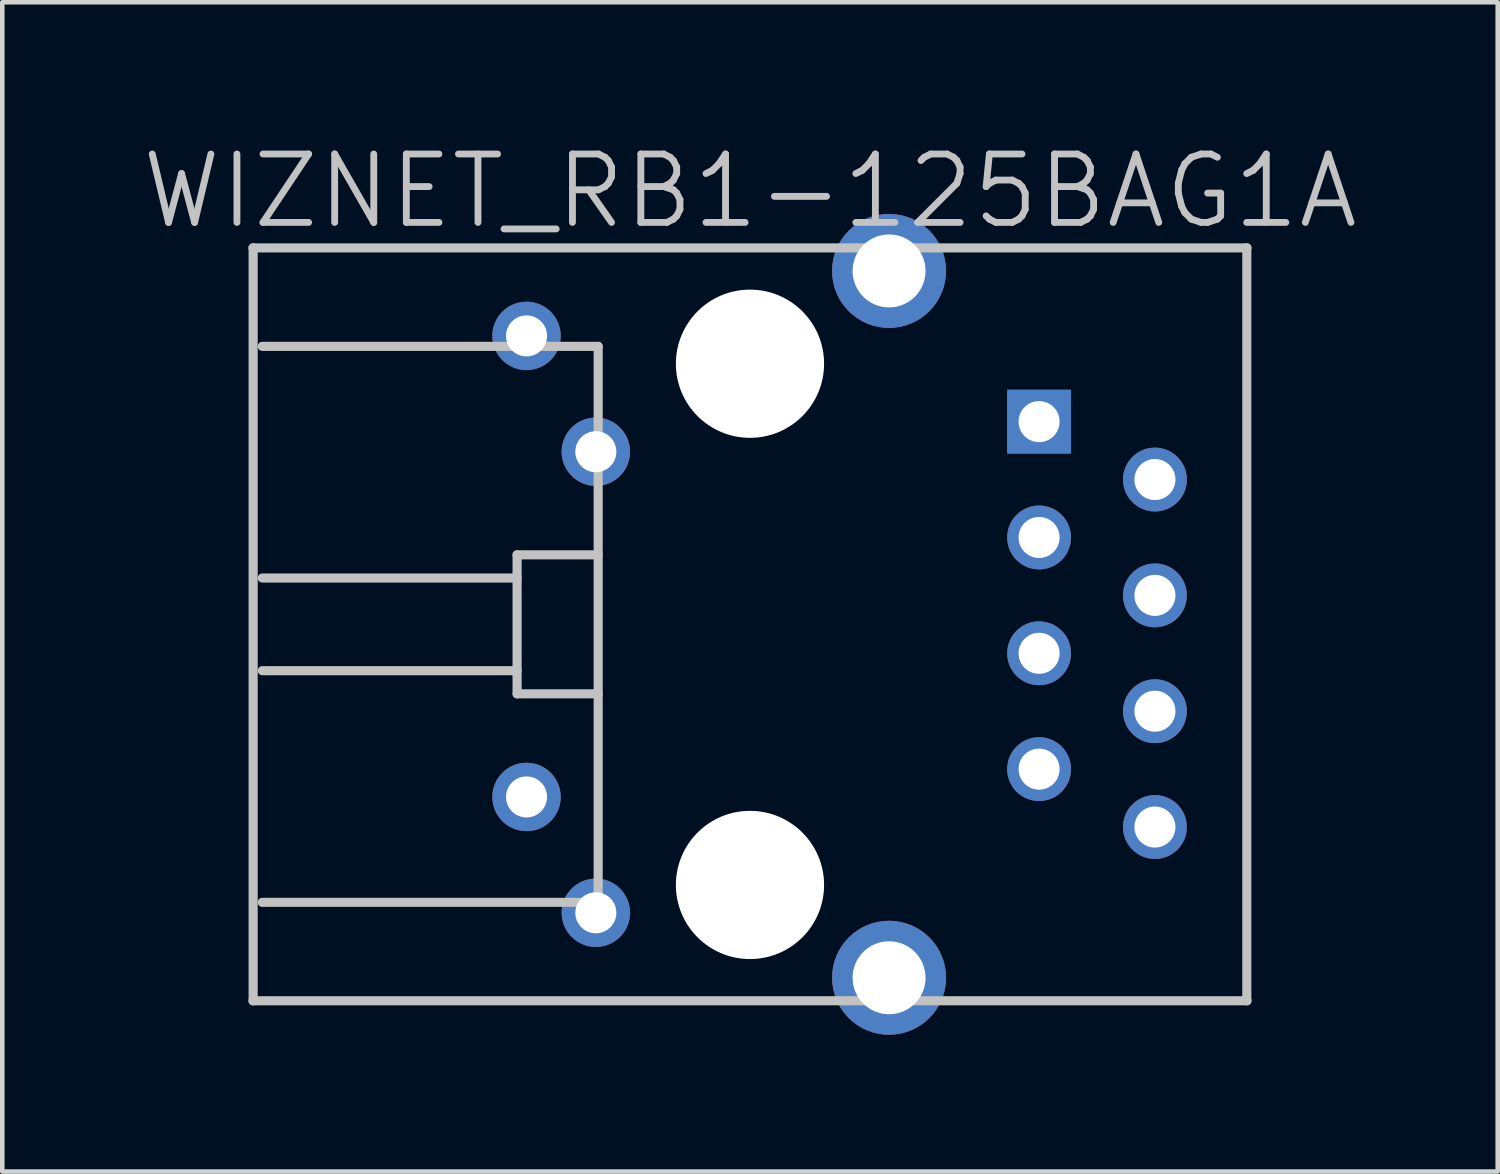
<source format=kicad_pcb>
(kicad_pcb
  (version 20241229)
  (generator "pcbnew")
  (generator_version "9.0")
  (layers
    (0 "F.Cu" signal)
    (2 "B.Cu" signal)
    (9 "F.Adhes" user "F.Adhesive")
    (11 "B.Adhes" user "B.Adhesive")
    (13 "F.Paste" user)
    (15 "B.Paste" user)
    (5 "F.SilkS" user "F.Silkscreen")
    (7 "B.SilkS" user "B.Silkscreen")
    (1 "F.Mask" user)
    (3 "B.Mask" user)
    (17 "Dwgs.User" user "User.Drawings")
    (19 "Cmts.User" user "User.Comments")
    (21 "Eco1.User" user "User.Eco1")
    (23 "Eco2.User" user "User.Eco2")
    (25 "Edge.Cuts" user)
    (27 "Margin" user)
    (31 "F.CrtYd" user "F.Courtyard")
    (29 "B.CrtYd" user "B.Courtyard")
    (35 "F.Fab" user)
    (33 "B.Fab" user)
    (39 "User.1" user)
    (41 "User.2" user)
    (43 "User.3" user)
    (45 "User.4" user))
  (footprint "WIZNET_RB1-125BAG1A"
    (layer "F.Cu")
    (at 13.396 10.641)
    (property "Reference" "WIZNET_RB1-125BAG1A" (at 0 -9.5 180) (layer "Dwgs.User") (effects (font (size 1.5 1.5) (thickness 0.15))))
    (attr through_hole)
    (fp_line (start -10.9 -8.255) (end 10.9 -8.255) (stroke (width 0.2) (type solid)) (layer "Dwgs.User"))
    (fp_line (start -10.895 -8.255) (end -10.895 8.255) (stroke (width 0.2) (type solid)) (layer "Dwgs.User"))
    (fp_line (start -10.695 -1.016) (end -5.107 -1.016) (stroke (width 0.2) (type solid)) (layer "Dwgs.User"))
    (fp_line (start -5.107 -1.524) (end -3.329 -1.524) (stroke (width 0.2) (type solid)) (layer "Dwgs.User"))
    (fp_line (start -5.107 1.016) (end -10.695 1.016) (stroke (width 0.2) (type solid)) (layer "Dwgs.User"))
    (fp_line (start -5.107 1.524) (end -5.107 -1.524) (stroke (width 0.2) (type solid)) (layer "Dwgs.User"))
    (fp_line (start -3.329 -6.096) (end -10.695 -6.096) (stroke (width 0.2) (type solid)) (layer "Dwgs.User"))
    (fp_line (start -3.329 -6.096) (end -3.329 6.096) (stroke (width 0.2) (type solid)) (layer "Dwgs.User"))
    (fp_line (start -3.329 1.524) (end -5.107 1.524) (stroke (width 0.2) (type solid)) (layer "Dwgs.User"))
    (fp_line (start -3.329 6.096) (end -10.695 6.096) (stroke (width 0.2) (type solid)) (layer "Dwgs.User"))
    (fp_line (start 10.895 -8.255) (end 10.895 8.255) (stroke (width 0.2) (type solid)) (layer "Dwgs.User"))
    (fp_line (start 10.9 8.255) (end -10.9 8.255) (stroke (width 0.2) (type solid)) (layer "Dwgs.User"))
    (pad "" np_thru_hole circle (at 0 -5.715 270) (size 3.25 3.25) (drill 3.25) (layers "*.Cu" "*.Mask"))
    (pad "" np_thru_hole circle (at 0 5.715 270) (size 3.25 3.25) (drill 3.25) (layers "*.Cu" "*.Mask"))
    (pad "1" thru_hole rect (at 6.34 -4.445) (size 1.4 1.4) (drill 0.9) (layers "*.Cu"))
    (pad "2" thru_hole circle (at 8.88 -3.175 270) (size 1.4 1.4) (drill 0.9) (layers "*.Cu"))
    (pad "3" thru_hole circle (at 6.34 -1.905 270) (size 1.4 1.4) (drill 0.9) (layers "*.Cu"))
    (pad "4" thru_hole circle (at 8.88 -0.635 270) (size 1.4 1.4) (drill 0.9) (layers "*.Cu"))
    (pad "5" thru_hole circle (at 6.34 0.635 270) (size 1.4 1.4) (drill 0.9) (layers "*.Cu"))
    (pad "6" thru_hole circle (at 8.88 1.905 270) (size 1.4 1.4) (drill 0.9) (layers "*.Cu"))
    (pad "7" thru_hole circle (at 6.34 3.175 270) (size 1.4 1.4) (drill 0.9) (layers "*.Cu"))
    (pad "8" thru_hole circle (at 8.88 4.445 270) (size 1.4 1.4) (drill 0.9) (layers "*.Cu"))
    (pad "9" thru_hole circle (at -3.38 6.325 270) (size 1.5 1.5) (drill 0.9) (layers "*.Cu"))
    (pad "10" thru_hole circle (at -4.9 3.785 270) (size 1.5 1.5) (drill 0.9) (layers "*.Cu"))
    (pad "11" thru_hole circle (at -3.38 -3.785 270) (size 1.5 1.5) (drill 0.9) (layers "*.Cu"))
    (pad "12" thru_hole circle (at -4.9 -6.325 270) (size 1.5 1.5) (drill 0.9) (layers "*.Cu"))
    (pad "13" thru_hole circle (at 3.05 -7.75 270) (size 2.5 2.5) (drill 1.6) (layers "*.Cu"))
    (pad "13" thru_hole circle (at 3.05 7.75 270) (size 2.5 2.5) (drill 1.6) (layers "*.Cu")))
  (gr_rect
    (start -3 -3)
    (end 29.793 22.641)
    (stroke (width 0.1) (type default))
    (fill no)
    (layer "Edge.Cuts")))
</source>
